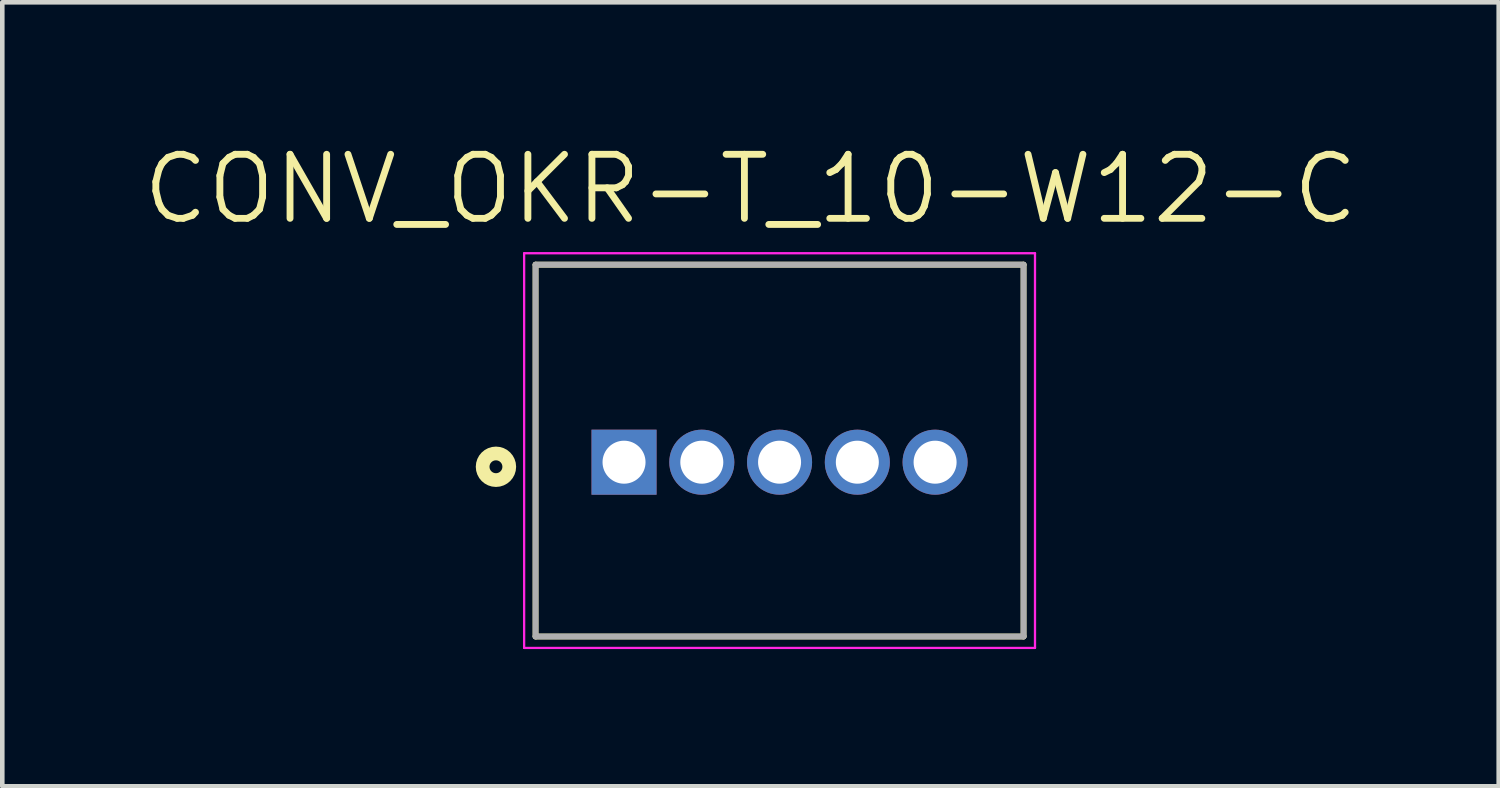
<source format=kicad_pcb>
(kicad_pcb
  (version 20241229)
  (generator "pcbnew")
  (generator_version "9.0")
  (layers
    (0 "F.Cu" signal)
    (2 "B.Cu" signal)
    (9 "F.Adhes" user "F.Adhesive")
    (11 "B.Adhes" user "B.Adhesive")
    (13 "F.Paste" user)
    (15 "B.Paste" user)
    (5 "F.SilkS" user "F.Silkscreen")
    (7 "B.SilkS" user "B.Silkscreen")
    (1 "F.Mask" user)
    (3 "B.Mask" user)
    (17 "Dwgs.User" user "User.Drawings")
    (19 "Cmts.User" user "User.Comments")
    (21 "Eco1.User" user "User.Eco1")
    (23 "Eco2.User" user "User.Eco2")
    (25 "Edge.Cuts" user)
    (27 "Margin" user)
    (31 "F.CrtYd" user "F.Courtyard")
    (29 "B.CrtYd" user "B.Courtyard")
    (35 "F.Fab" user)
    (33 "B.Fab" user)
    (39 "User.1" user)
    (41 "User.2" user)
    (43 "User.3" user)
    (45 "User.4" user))
  (footprint "CONV_OKR-T_10-W12-C"
    (layer "F.Cu")
    (at 13.992 7.054)
    (property "Reference" "CONV_OKR-T_10-W12-C" (at -0.635 -5.971 0) (layer "F.SilkS") (effects (font (size 1.4 1.4) (thickness 0.15))))
    (attr through_hole)
    (fp_line (start -5.334 -4.318) (end -5.334 3.81) (stroke (width 0.127) (type solid)) (layer "F.SilkS"))
    (fp_line (start -5.334 3.81) (end 5.334 3.81) (stroke (width 0.127) (type solid)) (layer "F.SilkS"))
    (fp_line (start 5.334 -4.318) (end -5.334 -4.318) (stroke (width 0.127) (type solid)) (layer "F.SilkS"))
    (fp_line (start 5.334 3.81) (end 5.334 -4.318) (stroke (width 0.127) (type solid)) (layer "F.SilkS"))
    (fp_circle (center -6.2 0.1) (end -6.059 0.1) (stroke (width 0.3) (type solid)) (fill no) (layer "F.SilkS"))
    (fp_line (start -5.584 -4.568) (end 5.584 -4.568) (stroke (width 0.05) (type solid)) (layer "F.CrtYd"))
    (fp_line (start -5.584 4.06) (end -5.584 -4.568) (stroke (width 0.05) (type solid)) (layer "F.CrtYd"))
    (fp_line (start 5.584 -4.568) (end 5.584 4.06) (stroke (width 0.05) (type solid)) (layer "F.CrtYd"))
    (fp_line (start 5.584 4.06) (end -5.584 4.06) (stroke (width 0.05) (type solid)) (layer "F.CrtYd"))
    (fp_line (start -5.334 -4.318) (end -5.334 3.81) (stroke (width 0.127) (type solid)) (layer "F.Fab"))
    (fp_line (start -5.334 3.81) (end 5.334 3.81) (stroke (width 0.127) (type solid)) (layer "F.Fab"))
    (fp_line (start 5.334 -4.318) (end -5.334 -4.318) (stroke (width 0.127) (type solid)) (layer "F.Fab"))
    (fp_line (start 5.334 3.81) (end 5.334 -4.318) (stroke (width 0.127) (type solid)) (layer "F.Fab"))
    (pad "1" thru_hole rect (at -3.4 0) (size 1.422 1.422) (drill 0.94) (layers "*.Cu" "*.Mask"))
    (pad "2" thru_hole circle (at -1.7 0) (size 1.422 1.422) (drill 0.94) (layers "*.Cu" "*.Mask"))
    (pad "3" thru_hole circle (at 0 0) (size 1.422 1.422) (drill 0.94) (layers "*.Cu" "*.Mask"))
    (pad "4" thru_hole circle (at 1.7 0) (size 1.422 1.422) (drill 0.94) (layers "*.Cu" "*.Mask"))
    (pad "5" thru_hole circle (at 3.4 0) (size 1.422 1.422) (drill 0.94) (layers "*.Cu" "*.Mask")))
  (gr_rect
    (start -3 -3)
    (end 29.713 14.139)
    (stroke (width 0.1) (type default))
    (fill no)
    (layer "Edge.Cuts")))
</source>
